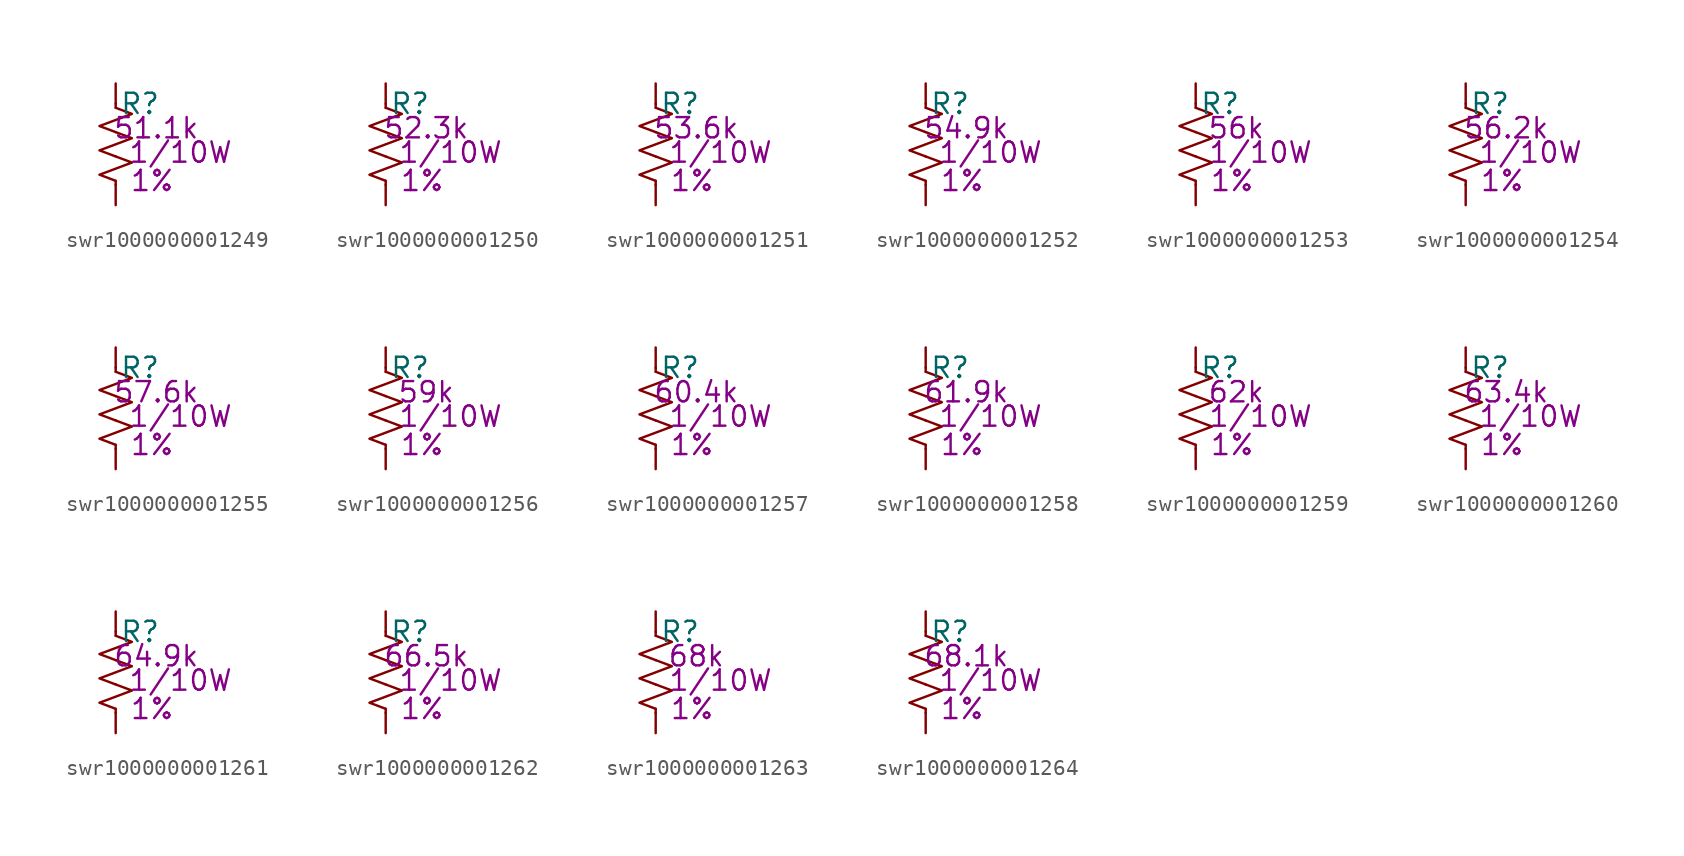
<source format=kicad_sym>
(kicad_symbol_lib
  (version 20211014)
  (generator kicad_symbol_editor)
  (symbol "swr1000000001249"
    (pin_numbers hide)
    (pin_names
      (offset 1.016))
    (property "Reference" "R"
      (at 1.524 2.54 0)
      (effects (font (size 1.27 1.27))))
    (property "PartValue" "51.1k"
      (at 2.54 1.016 0)
      (effects (font (size 1.27 1.27))))
    (property "Tolerance" "1%"
      (at 2.286 -2.286 0)
      (effects (font (size 1.27 1.27))))
    (property "Wattage" "1/10W"
      (at 4.064 -0.508 0)
      (effects (font (size 1.27 1.27))))
    (symbol "swr1000000001249_1_1"
      (polyline (pts (xy 0 -2.286) (xy 0 -2.54)) (stroke (width 0) (type default) (color 0 0 0 0)) (fill (type none)))
      (polyline (pts (xy 0 2.286) (xy 0 2.54)) (stroke (width 0) (type default) (color 0 0 0 0)) (fill (type none)))
      (polyline (pts (xy 0 -0.762) (xy 1.016 -1.143) (xy 0 -1.524) (xy -1.016 -1.905) (xy 0 -2.286)) (stroke (width 0) (type default) (color 0 0 0 0)) (fill (type none)))
      (polyline (pts (xy 0 0.762) (xy 1.016 0.381) (xy 0 0) (xy -1.016 -0.381) (xy 0 -0.762)) (stroke (width 0) (type default) (color 0 0 0 0)) (fill (type none)))
      (polyline (pts (xy 0 2.286) (xy 1.016 1.905) (xy 0 1.524) (xy -1.016 1.143) (xy 0 0.762)) (stroke (width 0) (type default) (color 0 0 0 0)) (fill (type none)))
      (pin passive line (at 0 3.81 270) (length 1.27) (name "~" (effects (font (size 1.27 1.27)))) (number "1" (effects (font (size 1.27 1.27)))))
      (pin passive line (at 0 -3.81 90) (length 1.27) (name "~" (effects (font (size 1.27 1.27)))) (number "2" (effects (font (size 1.27 1.27)))))))
  (symbol "swr1000000001250"
    (pin_numbers hide)
    (pin_names
      (offset 1.016))
    (property "Reference" "R"
      (at 1.524 2.54 0)
      (effects (font (size 1.27 1.27))))
    (property "PartValue" "52.3k"
      (at 2.54 1.016 0)
      (effects (font (size 1.27 1.27))))
    (property "Tolerance" "1%"
      (at 2.286 -2.286 0)
      (effects (font (size 1.27 1.27))))
    (property "Wattage" "1/10W"
      (at 4.064 -0.508 0)
      (effects (font (size 1.27 1.27))))
    (symbol "swr1000000001250_1_1"
      (polyline (pts (xy 0 -2.286) (xy 0 -2.54)) (stroke (width 0) (type default) (color 0 0 0 0)) (fill (type none)))
      (polyline (pts (xy 0 2.286) (xy 0 2.54)) (stroke (width 0) (type default) (color 0 0 0 0)) (fill (type none)))
      (polyline (pts (xy 0 -0.762) (xy 1.016 -1.143) (xy 0 -1.524) (xy -1.016 -1.905) (xy 0 -2.286)) (stroke (width 0) (type default) (color 0 0 0 0)) (fill (type none)))
      (polyline (pts (xy 0 0.762) (xy 1.016 0.381) (xy 0 0) (xy -1.016 -0.381) (xy 0 -0.762)) (stroke (width 0) (type default) (color 0 0 0 0)) (fill (type none)))
      (polyline (pts (xy 0 2.286) (xy 1.016 1.905) (xy 0 1.524) (xy -1.016 1.143) (xy 0 0.762)) (stroke (width 0) (type default) (color 0 0 0 0)) (fill (type none)))
      (pin passive line (at 0 3.81 270) (length 1.27) (name "~" (effects (font (size 1.27 1.27)))) (number "1" (effects (font (size 1.27 1.27)))))
      (pin passive line (at 0 -3.81 90) (length 1.27) (name "~" (effects (font (size 1.27 1.27)))) (number "2" (effects (font (size 1.27 1.27)))))))
  (symbol "swr1000000001251"
    (pin_numbers hide)
    (pin_names
      (offset 1.016))
    (property "Reference" "R"
      (at 1.524 2.54 0)
      (effects (font (size 1.27 1.27))))
    (property "PartValue" "53.6k"
      (at 2.54 1.016 0)
      (effects (font (size 1.27 1.27))))
    (property "Tolerance" "1%"
      (at 2.286 -2.286 0)
      (effects (font (size 1.27 1.27))))
    (property "Wattage" "1/10W"
      (at 4.064 -0.508 0)
      (effects (font (size 1.27 1.27))))
    (symbol "swr1000000001251_1_1"
      (polyline (pts (xy 0 -2.286) (xy 0 -2.54)) (stroke (width 0) (type default) (color 0 0 0 0)) (fill (type none)))
      (polyline (pts (xy 0 2.286) (xy 0 2.54)) (stroke (width 0) (type default) (color 0 0 0 0)) (fill (type none)))
      (polyline (pts (xy 0 -0.762) (xy 1.016 -1.143) (xy 0 -1.524) (xy -1.016 -1.905) (xy 0 -2.286)) (stroke (width 0) (type default) (color 0 0 0 0)) (fill (type none)))
      (polyline (pts (xy 0 0.762) (xy 1.016 0.381) (xy 0 0) (xy -1.016 -0.381) (xy 0 -0.762)) (stroke (width 0) (type default) (color 0 0 0 0)) (fill (type none)))
      (polyline (pts (xy 0 2.286) (xy 1.016 1.905) (xy 0 1.524) (xy -1.016 1.143) (xy 0 0.762)) (stroke (width 0) (type default) (color 0 0 0 0)) (fill (type none)))
      (pin passive line (at 0 3.81 270) (length 1.27) (name "~" (effects (font (size 1.27 1.27)))) (number "1" (effects (font (size 1.27 1.27)))))
      (pin passive line (at 0 -3.81 90) (length 1.27) (name "~" (effects (font (size 1.27 1.27)))) (number "2" (effects (font (size 1.27 1.27)))))))
  (symbol "swr1000000001252"
    (pin_numbers hide)
    (pin_names
      (offset 1.016))
    (property "Reference" "R"
      (at 1.524 2.54 0)
      (effects (font (size 1.27 1.27))))
    (property "PartValue" "54.9k"
      (at 2.54 1.016 0)
      (effects (font (size 1.27 1.27))))
    (property "Tolerance" "1%"
      (at 2.286 -2.286 0)
      (effects (font (size 1.27 1.27))))
    (property "Wattage" "1/10W"
      (at 4.064 -0.508 0)
      (effects (font (size 1.27 1.27))))
    (symbol "swr1000000001252_1_1"
      (polyline (pts (xy 0 -2.286) (xy 0 -2.54)) (stroke (width 0) (type default) (color 0 0 0 0)) (fill (type none)))
      (polyline (pts (xy 0 2.286) (xy 0 2.54)) (stroke (width 0) (type default) (color 0 0 0 0)) (fill (type none)))
      (polyline (pts (xy 0 -0.762) (xy 1.016 -1.143) (xy 0 -1.524) (xy -1.016 -1.905) (xy 0 -2.286)) (stroke (width 0) (type default) (color 0 0 0 0)) (fill (type none)))
      (polyline (pts (xy 0 0.762) (xy 1.016 0.381) (xy 0 0) (xy -1.016 -0.381) (xy 0 -0.762)) (stroke (width 0) (type default) (color 0 0 0 0)) (fill (type none)))
      (polyline (pts (xy 0 2.286) (xy 1.016 1.905) (xy 0 1.524) (xy -1.016 1.143) (xy 0 0.762)) (stroke (width 0) (type default) (color 0 0 0 0)) (fill (type none)))
      (pin passive line (at 0 3.81 270) (length 1.27) (name "~" (effects (font (size 1.27 1.27)))) (number "1" (effects (font (size 1.27 1.27)))))
      (pin passive line (at 0 -3.81 90) (length 1.27) (name "~" (effects (font (size 1.27 1.27)))) (number "2" (effects (font (size 1.27 1.27)))))))
  (symbol "swr1000000001253"
    (pin_numbers hide)
    (pin_names
      (offset 1.016))
    (property "Reference" "R"
      (at 1.524 2.54 0)
      (effects (font (size 1.27 1.27))))
    (property "PartValue" "56k"
      (at 2.54 1.016 0)
      (effects (font (size 1.27 1.27))))
    (property "Tolerance" "1%"
      (at 2.286 -2.286 0)
      (effects (font (size 1.27 1.27))))
    (property "Wattage" "1/10W"
      (at 4.064 -0.508 0)
      (effects (font (size 1.27 1.27))))
    (symbol "swr1000000001253_1_1"
      (polyline (pts (xy 0 -2.286) (xy 0 -2.54)) (stroke (width 0) (type default) (color 0 0 0 0)) (fill (type none)))
      (polyline (pts (xy 0 2.286) (xy 0 2.54)) (stroke (width 0) (type default) (color 0 0 0 0)) (fill (type none)))
      (polyline (pts (xy 0 -0.762) (xy 1.016 -1.143) (xy 0 -1.524) (xy -1.016 -1.905) (xy 0 -2.286)) (stroke (width 0) (type default) (color 0 0 0 0)) (fill (type none)))
      (polyline (pts (xy 0 0.762) (xy 1.016 0.381) (xy 0 0) (xy -1.016 -0.381) (xy 0 -0.762)) (stroke (width 0) (type default) (color 0 0 0 0)) (fill (type none)))
      (polyline (pts (xy 0 2.286) (xy 1.016 1.905) (xy 0 1.524) (xy -1.016 1.143) (xy 0 0.762)) (stroke (width 0) (type default) (color 0 0 0 0)) (fill (type none)))
      (pin passive line (at 0 3.81 270) (length 1.27) (name "~" (effects (font (size 1.27 1.27)))) (number "1" (effects (font (size 1.27 1.27)))))
      (pin passive line (at 0 -3.81 90) (length 1.27) (name "~" (effects (font (size 1.27 1.27)))) (number "2" (effects (font (size 1.27 1.27)))))))
  (symbol "swr1000000001254"
    (pin_numbers hide)
    (pin_names
      (offset 1.016))
    (property "Reference" "R"
      (at 1.524 2.54 0)
      (effects (font (size 1.27 1.27))))
    (property "PartValue" "56.2k"
      (at 2.54 1.016 0)
      (effects (font (size 1.27 1.27))))
    (property "Tolerance" "1%"
      (at 2.286 -2.286 0)
      (effects (font (size 1.27 1.27))))
    (property "Wattage" "1/10W"
      (at 4.064 -0.508 0)
      (effects (font (size 1.27 1.27))))
    (symbol "swr1000000001254_1_1"
      (polyline (pts (xy 0 -2.286) (xy 0 -2.54)) (stroke (width 0) (type default) (color 0 0 0 0)) (fill (type none)))
      (polyline (pts (xy 0 2.286) (xy 0 2.54)) (stroke (width 0) (type default) (color 0 0 0 0)) (fill (type none)))
      (polyline (pts (xy 0 -0.762) (xy 1.016 -1.143) (xy 0 -1.524) (xy -1.016 -1.905) (xy 0 -2.286)) (stroke (width 0) (type default) (color 0 0 0 0)) (fill (type none)))
      (polyline (pts (xy 0 0.762) (xy 1.016 0.381) (xy 0 0) (xy -1.016 -0.381) (xy 0 -0.762)) (stroke (width 0) (type default) (color 0 0 0 0)) (fill (type none)))
      (polyline (pts (xy 0 2.286) (xy 1.016 1.905) (xy 0 1.524) (xy -1.016 1.143) (xy 0 0.762)) (stroke (width 0) (type default) (color 0 0 0 0)) (fill (type none)))
      (pin passive line (at 0 3.81 270) (length 1.27) (name "~" (effects (font (size 1.27 1.27)))) (number "1" (effects (font (size 1.27 1.27)))))
      (pin passive line (at 0 -3.81 90) (length 1.27) (name "~" (effects (font (size 1.27 1.27)))) (number "2" (effects (font (size 1.27 1.27)))))))
  (symbol "swr1000000001255"
    (pin_numbers hide)
    (pin_names
      (offset 1.016))
    (property "Reference" "R"
      (at 1.524 2.54 0)
      (effects (font (size 1.27 1.27))))
    (property "PartValue" "57.6k"
      (at 2.54 1.016 0)
      (effects (font (size 1.27 1.27))))
    (property "Tolerance" "1%"
      (at 2.286 -2.286 0)
      (effects (font (size 1.27 1.27))))
    (property "Wattage" "1/10W"
      (at 4.064 -0.508 0)
      (effects (font (size 1.27 1.27))))
    (symbol "swr1000000001255_1_1"
      (polyline (pts (xy 0 -2.286) (xy 0 -2.54)) (stroke (width 0) (type default) (color 0 0 0 0)) (fill (type none)))
      (polyline (pts (xy 0 2.286) (xy 0 2.54)) (stroke (width 0) (type default) (color 0 0 0 0)) (fill (type none)))
      (polyline (pts (xy 0 -0.762) (xy 1.016 -1.143) (xy 0 -1.524) (xy -1.016 -1.905) (xy 0 -2.286)) (stroke (width 0) (type default) (color 0 0 0 0)) (fill (type none)))
      (polyline (pts (xy 0 0.762) (xy 1.016 0.381) (xy 0 0) (xy -1.016 -0.381) (xy 0 -0.762)) (stroke (width 0) (type default) (color 0 0 0 0)) (fill (type none)))
      (polyline (pts (xy 0 2.286) (xy 1.016 1.905) (xy 0 1.524) (xy -1.016 1.143) (xy 0 0.762)) (stroke (width 0) (type default) (color 0 0 0 0)) (fill (type none)))
      (pin passive line (at 0 3.81 270) (length 1.27) (name "~" (effects (font (size 1.27 1.27)))) (number "1" (effects (font (size 1.27 1.27)))))
      (pin passive line (at 0 -3.81 90) (length 1.27) (name "~" (effects (font (size 1.27 1.27)))) (number "2" (effects (font (size 1.27 1.27)))))))
  (symbol "swr1000000001256"
    (pin_numbers hide)
    (pin_names
      (offset 1.016))
    (property "Reference" "R"
      (at 1.524 2.54 0)
      (effects (font (size 1.27 1.27))))
    (property "PartValue" "59k"
      (at 2.54 1.016 0)
      (effects (font (size 1.27 1.27))))
    (property "Tolerance" "1%"
      (at 2.286 -2.286 0)
      (effects (font (size 1.27 1.27))))
    (property "Wattage" "1/10W"
      (at 4.064 -0.508 0)
      (effects (font (size 1.27 1.27))))
    (symbol "swr1000000001256_1_1"
      (polyline (pts (xy 0 -2.286) (xy 0 -2.54)) (stroke (width 0) (type default) (color 0 0 0 0)) (fill (type none)))
      (polyline (pts (xy 0 2.286) (xy 0 2.54)) (stroke (width 0) (type default) (color 0 0 0 0)) (fill (type none)))
      (polyline (pts (xy 0 -0.762) (xy 1.016 -1.143) (xy 0 -1.524) (xy -1.016 -1.905) (xy 0 -2.286)) (stroke (width 0) (type default) (color 0 0 0 0)) (fill (type none)))
      (polyline (pts (xy 0 0.762) (xy 1.016 0.381) (xy 0 0) (xy -1.016 -0.381) (xy 0 -0.762)) (stroke (width 0) (type default) (color 0 0 0 0)) (fill (type none)))
      (polyline (pts (xy 0 2.286) (xy 1.016 1.905) (xy 0 1.524) (xy -1.016 1.143) (xy 0 0.762)) (stroke (width 0) (type default) (color 0 0 0 0)) (fill (type none)))
      (pin passive line (at 0 3.81 270) (length 1.27) (name "~" (effects (font (size 1.27 1.27)))) (number "1" (effects (font (size 1.27 1.27)))))
      (pin passive line (at 0 -3.81 90) (length 1.27) (name "~" (effects (font (size 1.27 1.27)))) (number "2" (effects (font (size 1.27 1.27)))))))
  (symbol "swr1000000001257"
    (pin_numbers hide)
    (pin_names
      (offset 1.016))
    (property "Reference" "R"
      (at 1.524 2.54 0)
      (effects (font (size 1.27 1.27))))
    (property "PartValue" "60.4k"
      (at 2.54 1.016 0)
      (effects (font (size 1.27 1.27))))
    (property "Tolerance" "1%"
      (at 2.286 -2.286 0)
      (effects (font (size 1.27 1.27))))
    (property "Wattage" "1/10W"
      (at 4.064 -0.508 0)
      (effects (font (size 1.27 1.27))))
    (symbol "swr1000000001257_1_1"
      (polyline (pts (xy 0 -2.286) (xy 0 -2.54)) (stroke (width 0) (type default) (color 0 0 0 0)) (fill (type none)))
      (polyline (pts (xy 0 2.286) (xy 0 2.54)) (stroke (width 0) (type default) (color 0 0 0 0)) (fill (type none)))
      (polyline (pts (xy 0 -0.762) (xy 1.016 -1.143) (xy 0 -1.524) (xy -1.016 -1.905) (xy 0 -2.286)) (stroke (width 0) (type default) (color 0 0 0 0)) (fill (type none)))
      (polyline (pts (xy 0 0.762) (xy 1.016 0.381) (xy 0 0) (xy -1.016 -0.381) (xy 0 -0.762)) (stroke (width 0) (type default) (color 0 0 0 0)) (fill (type none)))
      (polyline (pts (xy 0 2.286) (xy 1.016 1.905) (xy 0 1.524) (xy -1.016 1.143) (xy 0 0.762)) (stroke (width 0) (type default) (color 0 0 0 0)) (fill (type none)))
      (pin passive line (at 0 3.81 270) (length 1.27) (name "~" (effects (font (size 1.27 1.27)))) (number "1" (effects (font (size 1.27 1.27)))))
      (pin passive line (at 0 -3.81 90) (length 1.27) (name "~" (effects (font (size 1.27 1.27)))) (number "2" (effects (font (size 1.27 1.27)))))))
  (symbol "swr1000000001258"
    (pin_numbers hide)
    (pin_names
      (offset 1.016))
    (property "Reference" "R"
      (at 1.524 2.54 0)
      (effects (font (size 1.27 1.27))))
    (property "PartValue" "61.9k"
      (at 2.54 1.016 0)
      (effects (font (size 1.27 1.27))))
    (property "Tolerance" "1%"
      (at 2.286 -2.286 0)
      (effects (font (size 1.27 1.27))))
    (property "Wattage" "1/10W"
      (at 4.064 -0.508 0)
      (effects (font (size 1.27 1.27))))
    (symbol "swr1000000001258_1_1"
      (polyline (pts (xy 0 -2.286) (xy 0 -2.54)) (stroke (width 0) (type default) (color 0 0 0 0)) (fill (type none)))
      (polyline (pts (xy 0 2.286) (xy 0 2.54)) (stroke (width 0) (type default) (color 0 0 0 0)) (fill (type none)))
      (polyline (pts (xy 0 -0.762) (xy 1.016 -1.143) (xy 0 -1.524) (xy -1.016 -1.905) (xy 0 -2.286)) (stroke (width 0) (type default) (color 0 0 0 0)) (fill (type none)))
      (polyline (pts (xy 0 0.762) (xy 1.016 0.381) (xy 0 0) (xy -1.016 -0.381) (xy 0 -0.762)) (stroke (width 0) (type default) (color 0 0 0 0)) (fill (type none)))
      (polyline (pts (xy 0 2.286) (xy 1.016 1.905) (xy 0 1.524) (xy -1.016 1.143) (xy 0 0.762)) (stroke (width 0) (type default) (color 0 0 0 0)) (fill (type none)))
      (pin passive line (at 0 3.81 270) (length 1.27) (name "~" (effects (font (size 1.27 1.27)))) (number "1" (effects (font (size 1.27 1.27)))))
      (pin passive line (at 0 -3.81 90) (length 1.27) (name "~" (effects (font (size 1.27 1.27)))) (number "2" (effects (font (size 1.27 1.27)))))))
  (symbol "swr1000000001259"
    (pin_numbers hide)
    (pin_names
      (offset 1.016))
    (property "Reference" "R"
      (at 1.524 2.54 0)
      (effects (font (size 1.27 1.27))))
    (property "PartValue" "62k"
      (at 2.54 1.016 0)
      (effects (font (size 1.27 1.27))))
    (property "Tolerance" "1%"
      (at 2.286 -2.286 0)
      (effects (font (size 1.27 1.27))))
    (property "Wattage" "1/10W"
      (at 4.064 -0.508 0)
      (effects (font (size 1.27 1.27))))
    (symbol "swr1000000001259_1_1"
      (polyline (pts (xy 0 -2.286) (xy 0 -2.54)) (stroke (width 0) (type default) (color 0 0 0 0)) (fill (type none)))
      (polyline (pts (xy 0 2.286) (xy 0 2.54)) (stroke (width 0) (type default) (color 0 0 0 0)) (fill (type none)))
      (polyline (pts (xy 0 -0.762) (xy 1.016 -1.143) (xy 0 -1.524) (xy -1.016 -1.905) (xy 0 -2.286)) (stroke (width 0) (type default) (color 0 0 0 0)) (fill (type none)))
      (polyline (pts (xy 0 0.762) (xy 1.016 0.381) (xy 0 0) (xy -1.016 -0.381) (xy 0 -0.762)) (stroke (width 0) (type default) (color 0 0 0 0)) (fill (type none)))
      (polyline (pts (xy 0 2.286) (xy 1.016 1.905) (xy 0 1.524) (xy -1.016 1.143) (xy 0 0.762)) (stroke (width 0) (type default) (color 0 0 0 0)) (fill (type none)))
      (pin passive line (at 0 3.81 270) (length 1.27) (name "~" (effects (font (size 1.27 1.27)))) (number "1" (effects (font (size 1.27 1.27)))))
      (pin passive line (at 0 -3.81 90) (length 1.27) (name "~" (effects (font (size 1.27 1.27)))) (number "2" (effects (font (size 1.27 1.27)))))))
  (symbol "swr1000000001260"
    (pin_numbers hide)
    (pin_names
      (offset 1.016))
    (property "Reference" "R"
      (at 1.524 2.54 0)
      (effects (font (size 1.27 1.27))))
    (property "PartValue" "63.4k"
      (at 2.54 1.016 0)
      (effects (font (size 1.27 1.27))))
    (property "Tolerance" "1%"
      (at 2.286 -2.286 0)
      (effects (font (size 1.27 1.27))))
    (property "Wattage" "1/10W"
      (at 4.064 -0.508 0)
      (effects (font (size 1.27 1.27))))
    (symbol "swr1000000001260_1_1"
      (polyline (pts (xy 0 -2.286) (xy 0 -2.54)) (stroke (width 0) (type default) (color 0 0 0 0)) (fill (type none)))
      (polyline (pts (xy 0 2.286) (xy 0 2.54)) (stroke (width 0) (type default) (color 0 0 0 0)) (fill (type none)))
      (polyline (pts (xy 0 -0.762) (xy 1.016 -1.143) (xy 0 -1.524) (xy -1.016 -1.905) (xy 0 -2.286)) (stroke (width 0) (type default) (color 0 0 0 0)) (fill (type none)))
      (polyline (pts (xy 0 0.762) (xy 1.016 0.381) (xy 0 0) (xy -1.016 -0.381) (xy 0 -0.762)) (stroke (width 0) (type default) (color 0 0 0 0)) (fill (type none)))
      (polyline (pts (xy 0 2.286) (xy 1.016 1.905) (xy 0 1.524) (xy -1.016 1.143) (xy 0 0.762)) (stroke (width 0) (type default) (color 0 0 0 0)) (fill (type none)))
      (pin passive line (at 0 3.81 270) (length 1.27) (name "~" (effects (font (size 1.27 1.27)))) (number "1" (effects (font (size 1.27 1.27)))))
      (pin passive line (at 0 -3.81 90) (length 1.27) (name "~" (effects (font (size 1.27 1.27)))) (number "2" (effects (font (size 1.27 1.27)))))))
  (symbol "swr1000000001261"
    (pin_numbers hide)
    (pin_names
      (offset 1.016))
    (property "Reference" "R"
      (at 1.524 2.54 0)
      (effects (font (size 1.27 1.27))))
    (property "PartValue" "64.9k"
      (at 2.54 1.016 0)
      (effects (font (size 1.27 1.27))))
    (property "Tolerance" "1%"
      (at 2.286 -2.286 0)
      (effects (font (size 1.27 1.27))))
    (property "Wattage" "1/10W"
      (at 4.064 -0.508 0)
      (effects (font (size 1.27 1.27))))
    (symbol "swr1000000001261_1_1"
      (polyline (pts (xy 0 -2.286) (xy 0 -2.54)) (stroke (width 0) (type default) (color 0 0 0 0)) (fill (type none)))
      (polyline (pts (xy 0 2.286) (xy 0 2.54)) (stroke (width 0) (type default) (color 0 0 0 0)) (fill (type none)))
      (polyline (pts (xy 0 -0.762) (xy 1.016 -1.143) (xy 0 -1.524) (xy -1.016 -1.905) (xy 0 -2.286)) (stroke (width 0) (type default) (color 0 0 0 0)) (fill (type none)))
      (polyline (pts (xy 0 0.762) (xy 1.016 0.381) (xy 0 0) (xy -1.016 -0.381) (xy 0 -0.762)) (stroke (width 0) (type default) (color 0 0 0 0)) (fill (type none)))
      (polyline (pts (xy 0 2.286) (xy 1.016 1.905) (xy 0 1.524) (xy -1.016 1.143) (xy 0 0.762)) (stroke (width 0) (type default) (color 0 0 0 0)) (fill (type none)))
      (pin passive line (at 0 3.81 270) (length 1.27) (name "~" (effects (font (size 1.27 1.27)))) (number "1" (effects (font (size 1.27 1.27)))))
      (pin passive line (at 0 -3.81 90) (length 1.27) (name "~" (effects (font (size 1.27 1.27)))) (number "2" (effects (font (size 1.27 1.27)))))))
  (symbol "swr1000000001262"
    (pin_numbers hide)
    (pin_names
      (offset 1.016))
    (property "Reference" "R"
      (at 1.524 2.54 0)
      (effects (font (size 1.27 1.27))))
    (property "PartValue" "66.5k"
      (at 2.54 1.016 0)
      (effects (font (size 1.27 1.27))))
    (property "Tolerance" "1%"
      (at 2.286 -2.286 0)
      (effects (font (size 1.27 1.27))))
    (property "Wattage" "1/10W"
      (at 4.064 -0.508 0)
      (effects (font (size 1.27 1.27))))
    (symbol "swr1000000001262_1_1"
      (polyline (pts (xy 0 -2.286) (xy 0 -2.54)) (stroke (width 0) (type default) (color 0 0 0 0)) (fill (type none)))
      (polyline (pts (xy 0 2.286) (xy 0 2.54)) (stroke (width 0) (type default) (color 0 0 0 0)) (fill (type none)))
      (polyline (pts (xy 0 -0.762) (xy 1.016 -1.143) (xy 0 -1.524) (xy -1.016 -1.905) (xy 0 -2.286)) (stroke (width 0) (type default) (color 0 0 0 0)) (fill (type none)))
      (polyline (pts (xy 0 0.762) (xy 1.016 0.381) (xy 0 0) (xy -1.016 -0.381) (xy 0 -0.762)) (stroke (width 0) (type default) (color 0 0 0 0)) (fill (type none)))
      (polyline (pts (xy 0 2.286) (xy 1.016 1.905) (xy 0 1.524) (xy -1.016 1.143) (xy 0 0.762)) (stroke (width 0) (type default) (color 0 0 0 0)) (fill (type none)))
      (pin passive line (at 0 3.81 270) (length 1.27) (name "~" (effects (font (size 1.27 1.27)))) (number "1" (effects (font (size 1.27 1.27)))))
      (pin passive line (at 0 -3.81 90) (length 1.27) (name "~" (effects (font (size 1.27 1.27)))) (number "2" (effects (font (size 1.27 1.27)))))))
  (symbol "swr1000000001263"
    (pin_numbers hide)
    (pin_names
      (offset 1.016))
    (property "Reference" "R"
      (at 1.524 2.54 0)
      (effects (font (size 1.27 1.27))))
    (property "PartValue" "68k"
      (at 2.54 1.016 0)
      (effects (font (size 1.27 1.27))))
    (property "Tolerance" "1%"
      (at 2.286 -2.286 0)
      (effects (font (size 1.27 1.27))))
    (property "Wattage" "1/10W"
      (at 4.064 -0.508 0)
      (effects (font (size 1.27 1.27))))
    (symbol "swr1000000001263_1_1"
      (polyline (pts (xy 0 -2.286) (xy 0 -2.54)) (stroke (width 0) (type default) (color 0 0 0 0)) (fill (type none)))
      (polyline (pts (xy 0 2.286) (xy 0 2.54)) (stroke (width 0) (type default) (color 0 0 0 0)) (fill (type none)))
      (polyline (pts (xy 0 -0.762) (xy 1.016 -1.143) (xy 0 -1.524) (xy -1.016 -1.905) (xy 0 -2.286)) (stroke (width 0) (type default) (color 0 0 0 0)) (fill (type none)))
      (polyline (pts (xy 0 0.762) (xy 1.016 0.381) (xy 0 0) (xy -1.016 -0.381) (xy 0 -0.762)) (stroke (width 0) (type default) (color 0 0 0 0)) (fill (type none)))
      (polyline (pts (xy 0 2.286) (xy 1.016 1.905) (xy 0 1.524) (xy -1.016 1.143) (xy 0 0.762)) (stroke (width 0) (type default) (color 0 0 0 0)) (fill (type none)))
      (pin passive line (at 0 3.81 270) (length 1.27) (name "~" (effects (font (size 1.27 1.27)))) (number "1" (effects (font (size 1.27 1.27)))))
      (pin passive line (at 0 -3.81 90) (length 1.27) (name "~" (effects (font (size 1.27 1.27)))) (number "2" (effects (font (size 1.27 1.27)))))))
  (symbol "swr1000000001264"
    (pin_numbers hide)
    (pin_names
      (offset 1.016))
    (property "Reference" "R"
      (at 1.524 2.54 0)
      (effects (font (size 1.27 1.27))))
    (property "PartValue" "68.1k"
      (at 2.54 1.016 0)
      (effects (font (size 1.27 1.27))))
    (property "Tolerance" "1%"
      (at 2.286 -2.286 0)
      (effects (font (size 1.27 1.27))))
    (property "Wattage" "1/10W"
      (at 4.064 -0.508 0)
      (effects (font (size 1.27 1.27))))
    (symbol "swr1000000001264_1_1"
      (polyline (pts (xy 0 -2.286) (xy 0 -2.54)) (stroke (width 0) (type default) (color 0 0 0 0)) (fill (type none)))
      (polyline (pts (xy 0 2.286) (xy 0 2.54)) (stroke (width 0) (type default) (color 0 0 0 0)) (fill (type none)))
      (polyline (pts (xy 0 -0.762) (xy 1.016 -1.143) (xy 0 -1.524) (xy -1.016 -1.905) (xy 0 -2.286)) (stroke (width 0) (type default) (color 0 0 0 0)) (fill (type none)))
      (polyline (pts (xy 0 0.762) (xy 1.016 0.381) (xy 0 0) (xy -1.016 -0.381) (xy 0 -0.762)) (stroke (width 0) (type default) (color 0 0 0 0)) (fill (type none)))
      (polyline (pts (xy 0 2.286) (xy 1.016 1.905) (xy 0 1.524) (xy -1.016 1.143) (xy 0 0.762)) (stroke (width 0) (type default) (color 0 0 0 0)) (fill (type none)))
      (pin passive line (at 0 3.81 270) (length 1.27) (name "~" (effects (font (size 1.27 1.27)))) (number "1" (effects (font (size 1.27 1.27)))))
      (pin passive line (at 0 -3.81 90) (length 1.27) (name "~" (effects (font (size 1.27 1.27)))) (number "2" (effects (font (size 1.27 1.27))))))))
</source>
